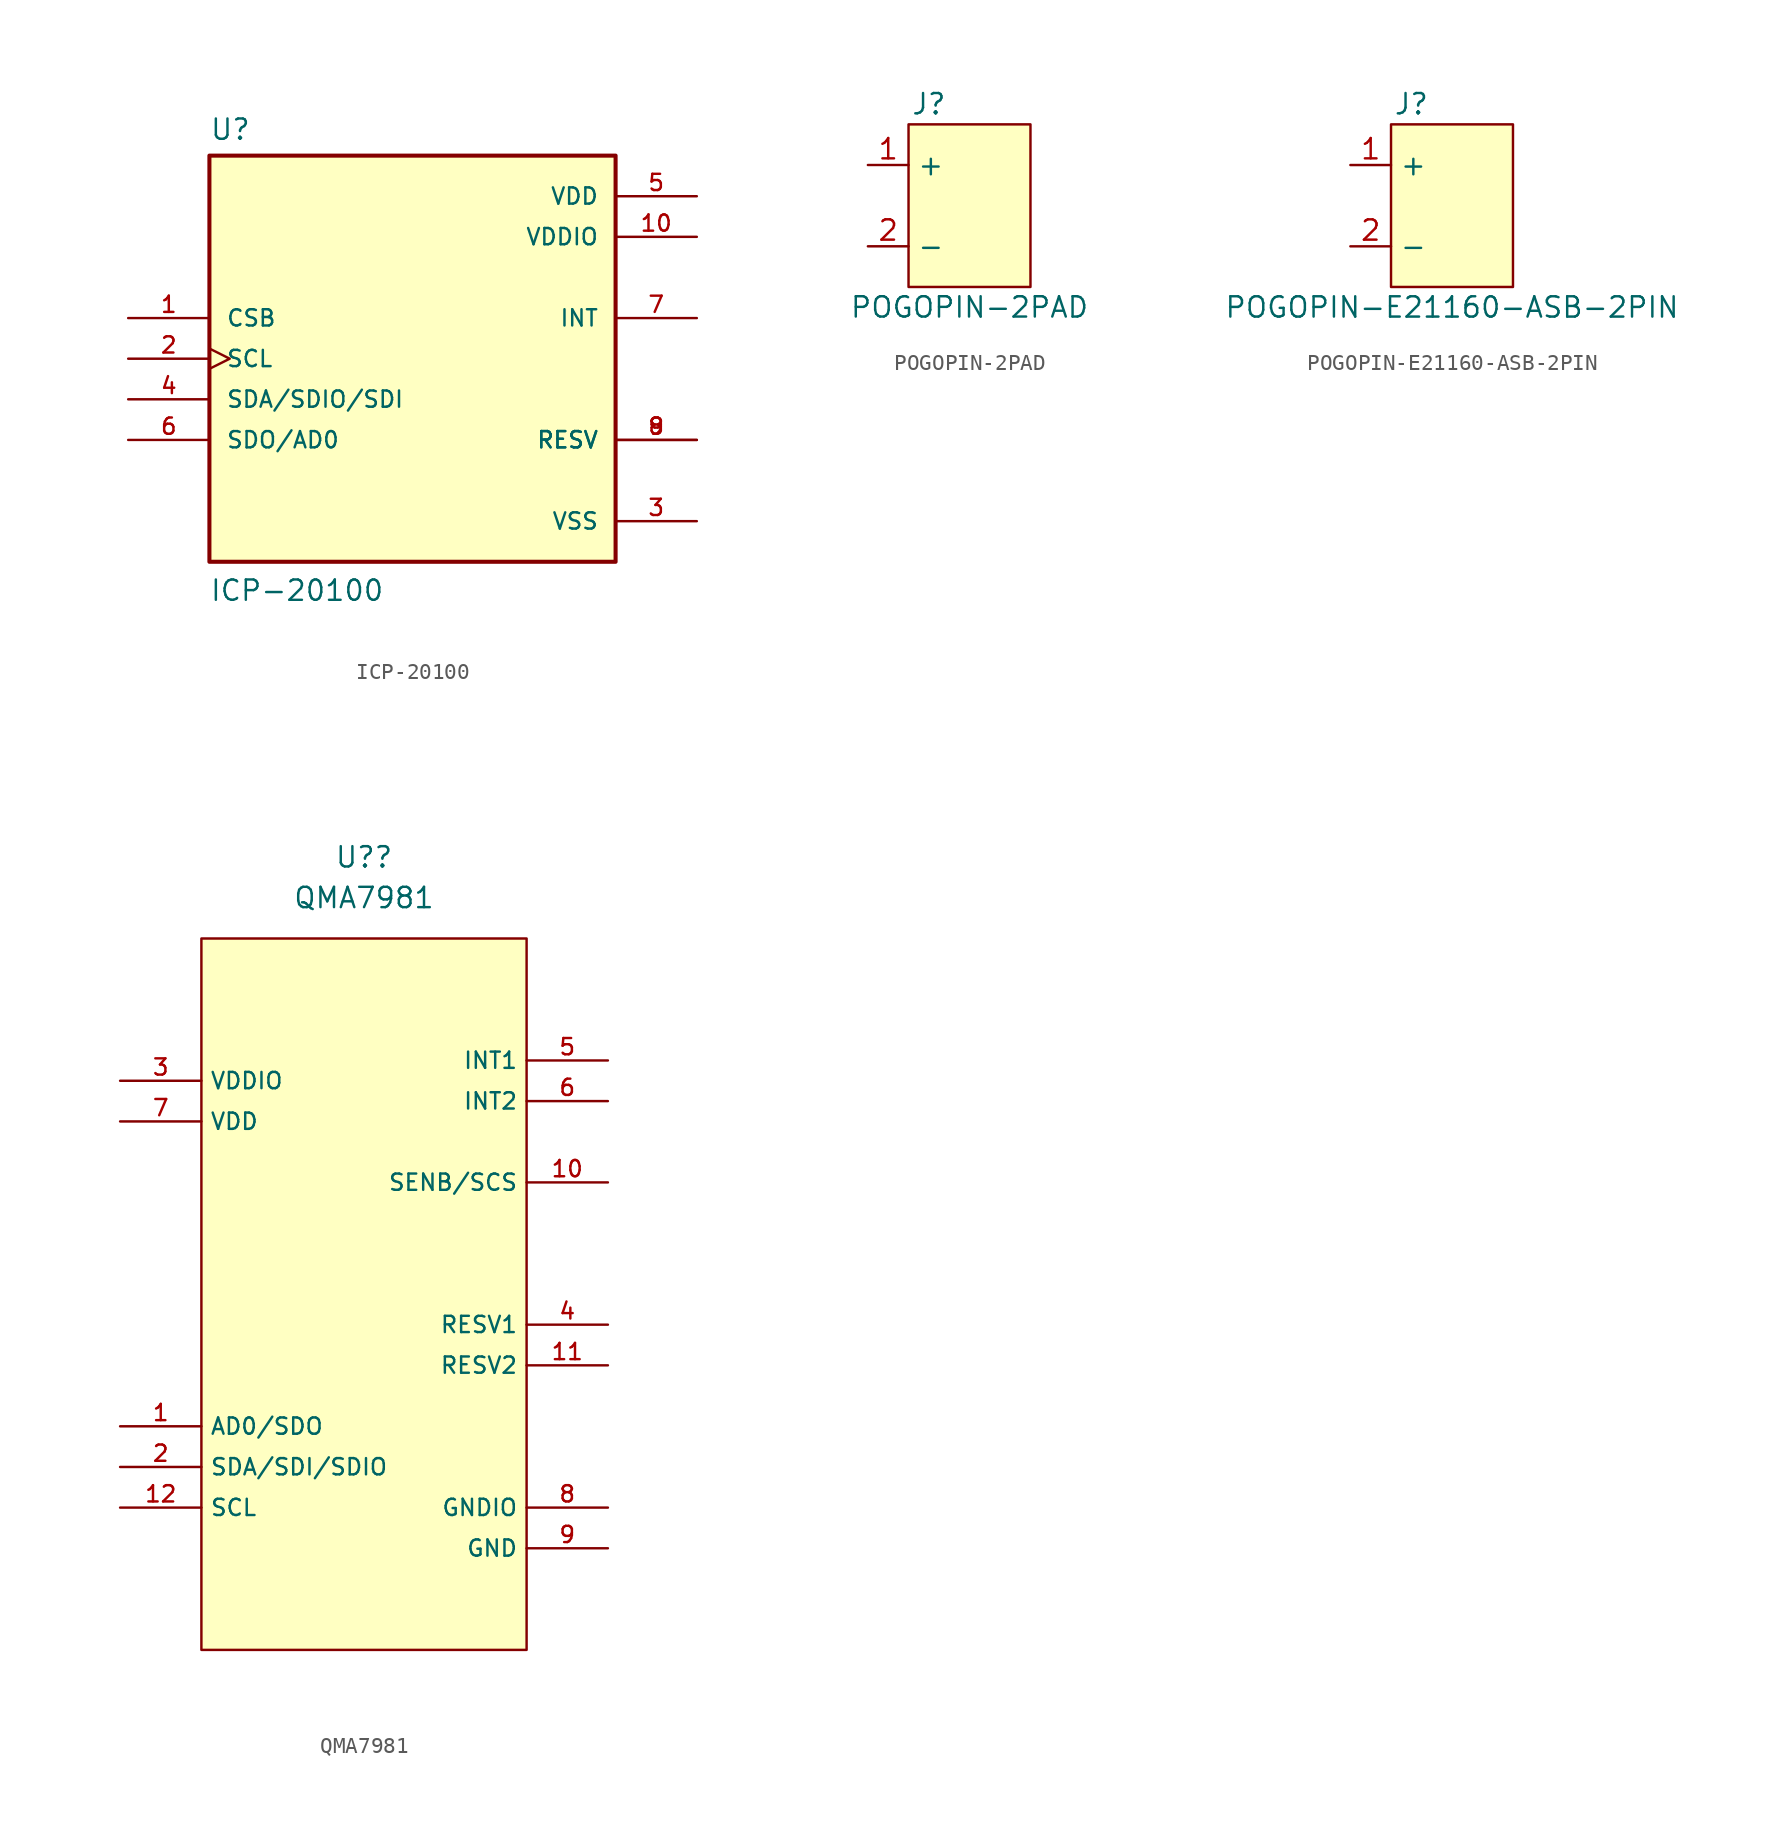
<source format=kicad_sym>
(kicad_symbol_lib
  (version 20211014)
  (generator kicad_symbol_editor)
  (symbol "ICP-20100"
    (pin_names
      (offset 1.016))
    (property "Reference" "U"
      (at -12.7 13.589 0)
      (effects (font (size 1.27 1.27)) (justify left bottom)))
    (property "Value" "ICP-20100"
      (at -12.7 -15.24 0)
      (effects (font (size 1.27 1.27)) (justify left bottom)))
    (symbol "ICP-20100_0_0"
      (rectangle (start -12.7 -12.7) (end 12.7 12.7) (stroke (width 0.254) (type default) (color 0 0 0 0)) (fill (type background)))
      (pin input line (at -17.78 2.54 0) (length 5.08) (name "CSB" (effects (font (size 1.016 1.016)))) (number "1" (effects (font (size 1.016 1.016)))))
      (pin power_in line (at 17.78 7.62 180) (length 5.08) (name "VDDIO" (effects (font (size 1.016 1.016)))) (number "10" (effects (font (size 1.016 1.016)))))
      (pin input clock (at -17.78 0 0) (length 5.08) (name "SCL" (effects (font (size 1.016 1.016)))) (number "2" (effects (font (size 1.016 1.016)))))
      (pin power_in line (at 17.78 -10.16 180) (length 5.08) (name "VSS" (effects (font (size 1.016 1.016)))) (number "3" (effects (font (size 1.016 1.016)))))
      (pin bidirectional line (at -17.78 -2.54 0) (length 5.08) (name "SDA/SDIO/SDI" (effects (font (size 1.016 1.016)))) (number "4" (effects (font (size 1.016 1.016)))))
      (pin power_in line (at 17.78 10.16 180) (length 5.08) (name "VDD" (effects (font (size 1.016 1.016)))) (number "5" (effects (font (size 1.016 1.016)))))
      (pin bidirectional line (at -17.78 -5.08 0) (length 5.08) (name "SDO/AD0" (effects (font (size 1.016 1.016)))) (number "6" (effects (font (size 1.016 1.016)))))
      (pin output line (at 17.78 2.54 180) (length 5.08) (name "INT" (effects (font (size 1.016 1.016)))) (number "7" (effects (font (size 1.016 1.016)))))
      (pin passive line (at 17.78 -5.08 180) (length 5.08) (name "RESV" (effects (font (size 1.016 1.016)))) (number "8" (effects (font (size 1.016 1.016)))))
      (pin passive line (at 17.78 -5.08 180) (length 5.08) (name "RESV" (effects (font (size 1.016 1.016)))) (number "9" (effects (font (size 1.016 1.016)))))))
  (symbol "POGOPIN-2PAD"
    (property "Reference" "J"
      (at -2.54 6.35 0)
      (effects (font (size 1.27 1.27))))
    (property "Value" "POGOPIN-2PAD"
      (at 0 -6.35 0)
      (effects (font (size 1.27 1.27))))
    (symbol "POGOPIN-2PAD_0_1"
      (rectangle (start -3.81 5.08) (end 3.81 -5.08) (stroke (width 0) (type default) (color 0 0 0 0)) (fill (type background))))
    (symbol "POGOPIN-2PAD_1_1"
      (pin passive line (at -6.35 2.54 0) (length 2.54) (name "+" (effects (font (size 1.27 1.27)))) (number "1" (effects (font (size 1.27 1.27)))))
      (pin passive line (at -6.35 -2.54 0) (length 2.54) (name "-" (effects (font (size 1.27 1.27)))) (number "2" (effects (font (size 1.27 1.27)))))))
  (symbol "POGOPIN-E21160-ASB-2PIN"
    (property "Reference" "J"
      (at -2.54 6.35 0)
      (effects (font (size 1.27 1.27))))
    (property "Value" "POGOPIN-E21160-ASB-2PIN"
      (at 0 -6.35 0)
      (effects (font (size 1.27 1.27))))
    (symbol "POGOPIN-E21160-ASB-2PIN_0_1"
      (rectangle (start -3.81 5.08) (end 3.81 -5.08) (stroke (width 0) (type default) (color 0 0 0 0)) (fill (type background))))
    (symbol "POGOPIN-E21160-ASB-2PIN_1_1"
      (pin passive line (at -6.35 2.54 0) (length 2.54) (name "+" (effects (font (size 1.27 1.27)))) (number "1" (effects (font (size 1.27 1.27)))))
      (pin passive line (at -6.35 -2.54 0) (length 2.54) (name "-" (effects (font (size 1.27 1.27)))) (number "2" (effects (font (size 1.27 1.27)))))))
  (symbol "QMA7981"
    (property "Reference" "U?"
      (at 0 26.67 0)
      (effects (font (size 1.27 1.27))))
    (property "Value" "QMA7981"
      (at 0 24.13 0)
      (effects (font (size 1.27 1.27))))
    (symbol "QMA7981_0_0"
      (pin input line (at -15.24 -8.89 0) (length 5.08) (name "AD0/SDO" (effects (font (size 1.016 1.016)))) (number "1" (effects (font (size 1.016 1.016)))))
      (pin bidirectional line (at 15.24 6.35 180) (length 5.08) (name "SENB/SCS" (effects (font (size 1.016 1.016)))) (number "10" (effects (font (size 1.016 1.016)))))
      (pin input line (at 15.24 -5.08 180) (length 5.08) (name "RESV2" (effects (font (size 1.016 1.016)))) (number "11" (effects (font (size 1.016 1.016)))))
      (pin input line (at -15.24 -13.97 0) (length 5.08) (name "SCL" (effects (font (size 1.016 1.016)))) (number "12" (effects (font (size 1.016 1.016)))))
      (pin bidirectional line (at -15.24 -11.43 0) (length 5.08) (name "SDA/SDI/SDIO" (effects (font (size 1.016 1.016)))) (number "2" (effects (font (size 1.016 1.016)))))
      (pin power_in line (at -15.24 12.7 0) (length 5.08) (name "VDDIO" (effects (font (size 1.016 1.016)))) (number "3" (effects (font (size 1.016 1.016)))))
      (pin input line (at 15.24 -2.54 180) (length 5.08) (name "RESV1" (effects (font (size 1.016 1.016)))) (number "4" (effects (font (size 1.016 1.016)))))
      (pin output line (at 15.24 13.97 180) (length 5.08) (name "INT1" (effects (font (size 1.016 1.016)))) (number "5" (effects (font (size 1.016 1.016)))))
      (pin output line (at 15.24 11.43 180) (length 5.08) (name "INT2" (effects (font (size 1.016 1.016)))) (number "6" (effects (font (size 1.016 1.016)))))
      (pin power_in line (at -15.24 10.16 0) (length 5.08) (name "VDD" (effects (font (size 1.016 1.016)))) (number "7" (effects (font (size 1.016 1.016)))))
      (pin power_in line (at 15.24 -13.97 180) (length 5.08) (name "GNDIO" (effects (font (size 1.016 1.016)))) (number "8" (effects (font (size 1.016 1.016)))))
      (pin power_in line (at 15.24 -16.51 180) (length 5.08) (name "GND" (effects (font (size 1.016 1.016)))) (number "9" (effects (font (size 1.016 1.016))))))
    (symbol "QMA7981_0_1"
      (rectangle (start -10.16 21.59) (end 10.16 -22.86) (stroke (width 0) (type default) (color 0 0 0 0)) (fill (type background))))))
</source>
